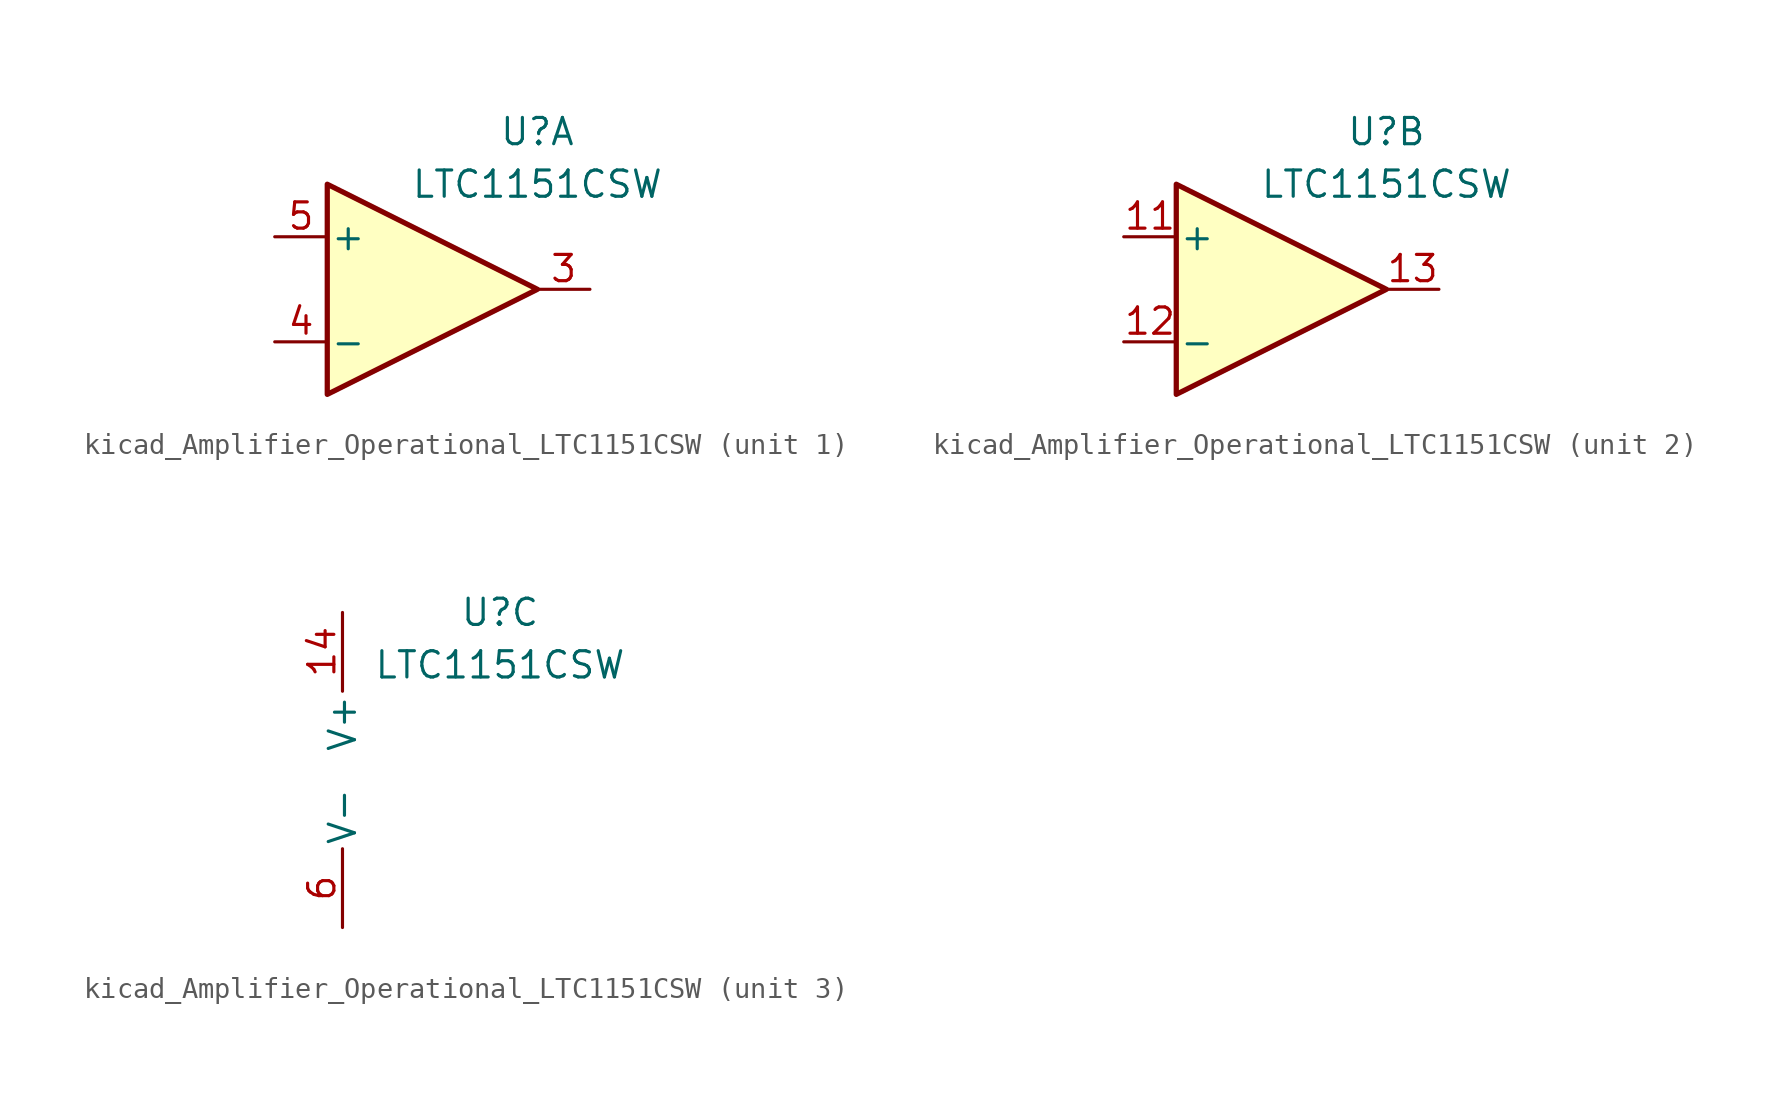
<source format=kicad_sym>
(kicad_symbol_lib
  (version 20220914)
  (generator kicad_symbol_editor)
  (symbol "kicad_Amplifier_Operational_LTC1151CSW"
    (pin_names
      (offset 0.127))
    (property "Reference" "U"
      (at 5.08 7.62 0)
      (effects (font (size 1.27 1.27))))
    (property "Value" "LTC1151CSW"
      (at 5.08 5.08 0)
      (effects (font (size 1.27 1.27))))
    (property "ki_locked" ""
      (at 0 0 0)
      (effects (font (size 1.27 1.27))))
    (symbol "kicad_Amplifier_Operational_LTC1151CSW_1_1"
      (polyline (pts (xy -5.08 5.08) (xy -5.08 -5.08) (xy 5.08 0) (xy -5.08 5.08)) (stroke (width 0.254) (type default)) (fill (type background)))
      (pin no_connect line (at -2.54 -2.54 90) (length 2.54) hide (name "NC" (effects (font (size 1.27 1.27)))) (number "1" (effects (font (size 1.27 1.27)))))
      (pin no_connect line (at 0 -2.54 90) (length 2.54) hide (name "NC" (effects (font (size 1.27 1.27)))) (number "2" (effects (font (size 1.27 1.27)))))
      (pin output line (at 7.62 0 180) (length 2.54) (name "~" (effects (font (size 1.27 1.27)))) (number "3" (effects (font (size 1.27 1.27)))))
      (pin input line (at -7.62 -2.54 0) (length 2.54) (name "-" (effects (font (size 1.27 1.27)))) (number "4" (effects (font (size 1.27 1.27)))))
      (pin input line (at -7.62 2.54 0) (length 2.54) (name "+" (effects (font (size 1.27 1.27)))) (number "5" (effects (font (size 1.27 1.27)))))
      (pin no_connect line (at -2.54 2.54 270) (length 2.54) hide (name "NC" (effects (font (size 1.27 1.27)))) (number "7" (effects (font (size 1.27 1.27)))))
      (pin no_connect line (at 0 2.54 270) (length 2.54) hide (name "NC" (effects (font (size 1.27 1.27)))) (number "8" (effects (font (size 1.27 1.27))))))
    (symbol "kicad_Amplifier_Operational_LTC1151CSW_2_1"
      (polyline (pts (xy -5.08 5.08) (xy -5.08 -5.08) (xy 5.08 0) (xy -5.08 5.08)) (stroke (width 0.254) (type default)) (fill (type background)))
      (pin no_connect line (at 0 -2.54 90) (length 2.54) hide (name "NC" (effects (font (size 1.27 1.27)))) (number "10" (effects (font (size 1.27 1.27)))))
      (pin input line (at -7.62 2.54 0) (length 2.54) (name "+" (effects (font (size 1.27 1.27)))) (number "11" (effects (font (size 1.27 1.27)))))
      (pin input line (at -7.62 -2.54 0) (length 2.54) (name "-" (effects (font (size 1.27 1.27)))) (number "12" (effects (font (size 1.27 1.27)))))
      (pin output line (at 7.62 0 180) (length 2.54) (name "~" (effects (font (size 1.27 1.27)))) (number "13" (effects (font (size 1.27 1.27)))))
      (pin no_connect line (at -2.54 2.54 270) (length 2.54) hide (name "NC" (effects (font (size 1.27 1.27)))) (number "15" (effects (font (size 1.27 1.27)))))
      (pin no_connect line (at 0 2.54 270) (length 2.54) hide (name "NC" (effects (font (size 1.27 1.27)))) (number "16" (effects (font (size 1.27 1.27)))))
      (pin no_connect line (at -2.54 -2.54 90) (length 2.54) hide (name "NC" (effects (font (size 1.27 1.27)))) (number "9" (effects (font (size 1.27 1.27))))))
    (symbol "kicad_Amplifier_Operational_LTC1151CSW_3_1"
      (pin power_in line (at -2.54 7.62 270) (length 3.81) (name "V+" (effects (font (size 1.27 1.27)))) (number "14" (effects (font (size 1.27 1.27)))))
      (pin power_in line (at -2.54 -7.62 90) (length 3.81) (name "V-" (effects (font (size 1.27 1.27)))) (number "6" (effects (font (size 1.27 1.27))))))))
</source>
